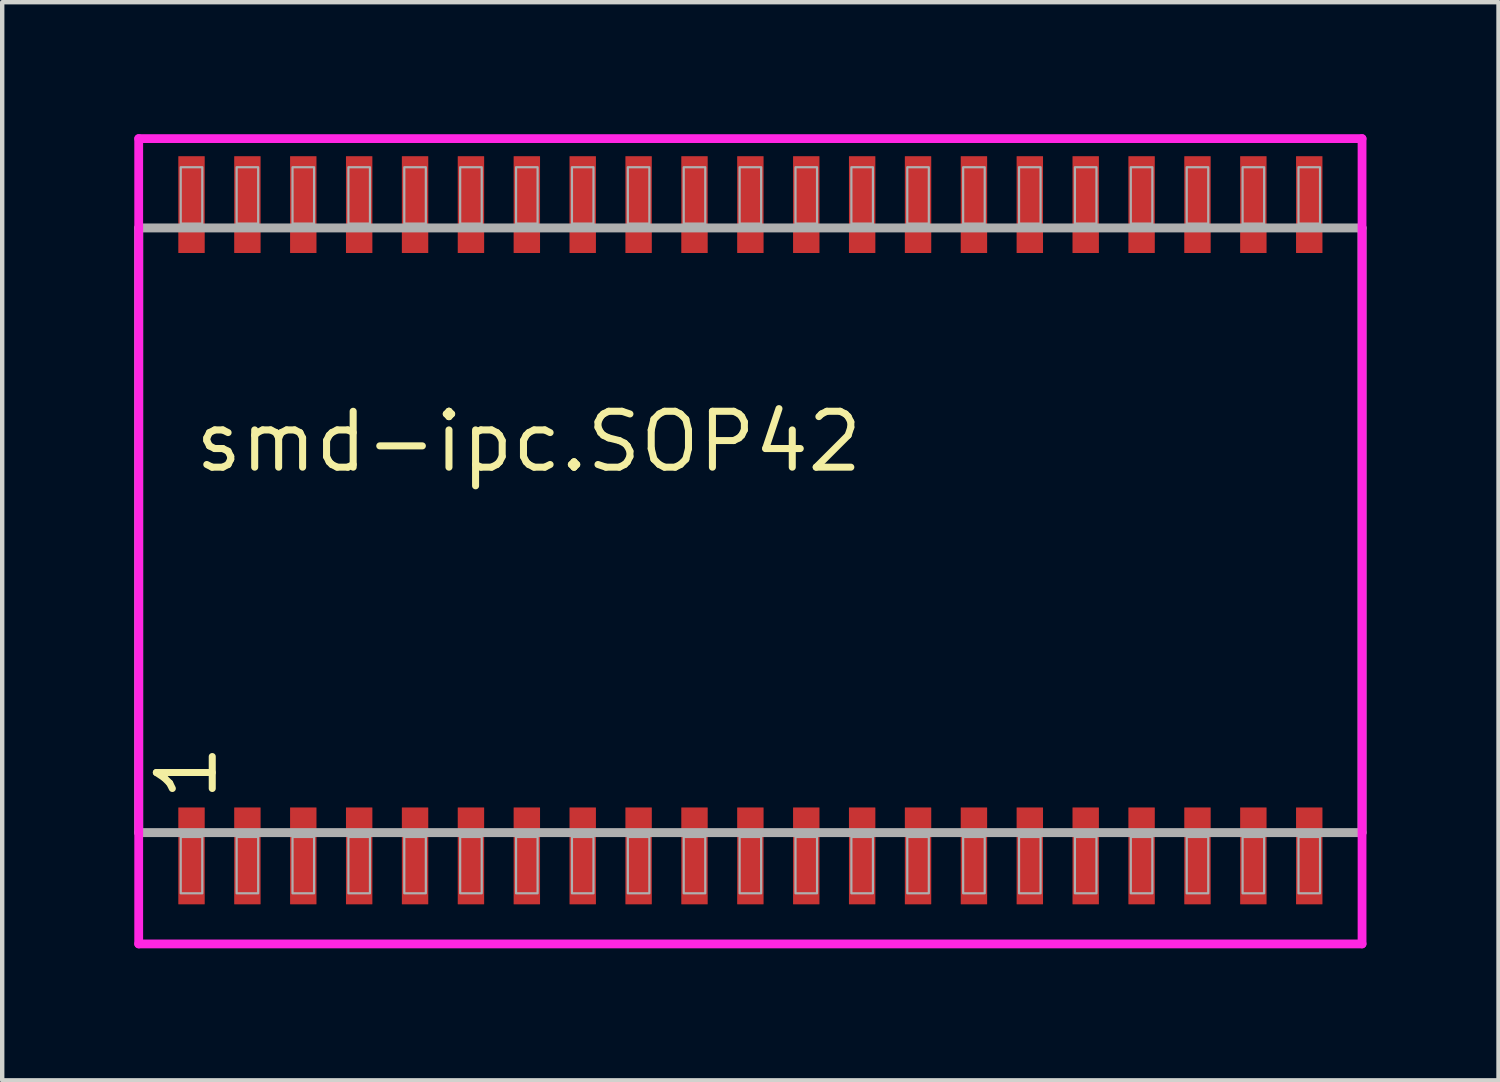
<source format=kicad_pcb>
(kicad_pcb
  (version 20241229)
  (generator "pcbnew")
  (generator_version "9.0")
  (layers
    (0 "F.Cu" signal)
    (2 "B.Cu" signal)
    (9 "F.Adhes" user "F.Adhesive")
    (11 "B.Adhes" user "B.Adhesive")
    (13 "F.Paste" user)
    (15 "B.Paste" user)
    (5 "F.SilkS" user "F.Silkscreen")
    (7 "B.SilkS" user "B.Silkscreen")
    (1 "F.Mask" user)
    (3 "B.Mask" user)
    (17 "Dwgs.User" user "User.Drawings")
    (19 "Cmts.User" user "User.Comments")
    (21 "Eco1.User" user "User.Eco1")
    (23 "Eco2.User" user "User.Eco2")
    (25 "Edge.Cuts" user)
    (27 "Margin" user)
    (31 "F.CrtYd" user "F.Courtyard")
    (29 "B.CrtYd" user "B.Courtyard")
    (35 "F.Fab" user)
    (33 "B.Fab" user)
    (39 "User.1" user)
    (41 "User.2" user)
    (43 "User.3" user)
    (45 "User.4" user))
  (footprint "smd-ipc.SOP42"
    (layer "F.Cu")
    (at 14.002 9)
    (property "Reference" "smd-ipc.SOP42" (at -12.7 -1.27 0) (layer "F.SilkS") (effects (font (size 1.27 1.27) (thickness 0.16)) (justify left bottom)))
    (attr smd)
    (fp_line (start -13.9 -8.9) (end 13.9 -8.9) (stroke (width 0.2) (type default)) (layer "F.CrtYd"))
    (fp_line (start -13.9 9.4) (end -13.9 -8.9) (stroke (width 0.2) (type default)) (layer "F.CrtYd"))
    (fp_line (start 13.9 -8.9) (end 13.9 9.4) (stroke (width 0.2) (type default)) (layer "F.CrtYd"))
    (fp_line (start 13.9 9.4) (end -13.9 9.4) (stroke (width 0.2) (type default)) (layer "F.CrtYd"))
    (fp_line (start -13.9 -6.87) (end 13.9 -6.87) (stroke (width 0.203) (type default)) (layer "F.Fab"))
    (fp_line (start -13.9 6.87) (end -13.9 -6.87) (stroke (width 0.203) (type default)) (layer "F.Fab"))
    (fp_line (start 13.9 -6.87) (end 13.9 6.87) (stroke (width 0.203) (type default)) (layer "F.Fab"))
    (fp_line (start 13.9 6.87) (end -13.9 6.87) (stroke (width 0.203) (type default)) (layer "F.Fab"))
    (fp_rect (start -12.945 -6.97) (end -12.455 -8.25) (stroke (width 0.05) (type default)) (fill no) (layer "F.Fab"))
    (fp_rect (start -12.945 8.25) (end -12.455 6.97) (stroke (width 0.05) (type default)) (fill no) (layer "F.Fab"))
    (fp_rect (start -11.675 -6.97) (end -11.185 -8.25) (stroke (width 0.05) (type default)) (fill no) (layer "F.Fab"))
    (fp_rect (start -11.675 8.25) (end -11.185 6.97) (stroke (width 0.05) (type default)) (fill no) (layer "F.Fab"))
    (fp_rect (start -10.405 -6.97) (end -9.915 -8.25) (stroke (width 0.05) (type default)) (fill no) (layer "F.Fab"))
    (fp_rect (start -10.405 8.25) (end -9.915 6.97) (stroke (width 0.05) (type default)) (fill no) (layer "F.Fab"))
    (fp_rect (start -9.135 -6.97) (end -8.645 -8.25) (stroke (width 0.05) (type default)) (fill no) (layer "F.Fab"))
    (fp_rect (start -9.135 8.25) (end -8.645 6.97) (stroke (width 0.05) (type default)) (fill no) (layer "F.Fab"))
    (fp_rect (start -7.865 -6.97) (end -7.375 -8.25) (stroke (width 0.05) (type default)) (fill no) (layer "F.Fab"))
    (fp_rect (start -7.865 8.25) (end -7.375 6.97) (stroke (width 0.05) (type default)) (fill no) (layer "F.Fab"))
    (fp_rect (start -6.595 -6.97) (end -6.105 -8.25) (stroke (width 0.05) (type default)) (fill no) (layer "F.Fab"))
    (fp_rect (start -6.595 8.25) (end -6.105 6.97) (stroke (width 0.05) (type default)) (fill no) (layer "F.Fab"))
    (fp_rect (start -5.325 -6.97) (end -4.835 -8.25) (stroke (width 0.05) (type default)) (fill no) (layer "F.Fab"))
    (fp_rect (start -5.325 8.25) (end -4.835 6.97) (stroke (width 0.05) (type default)) (fill no) (layer "F.Fab"))
    (fp_rect (start -4.055 -6.97) (end -3.565 -8.25) (stroke (width 0.05) (type default)) (fill no) (layer "F.Fab"))
    (fp_rect (start -4.055 8.25) (end -3.565 6.97) (stroke (width 0.05) (type default)) (fill no) (layer "F.Fab"))
    (fp_rect (start -2.785 -6.97) (end -2.295 -8.25) (stroke (width 0.05) (type default)) (fill no) (layer "F.Fab"))
    (fp_rect (start -2.785 8.25) (end -2.295 6.97) (stroke (width 0.05) (type default)) (fill no) (layer "F.Fab"))
    (fp_rect (start -1.515 -6.97) (end -1.025 -8.25) (stroke (width 0.05) (type default)) (fill no) (layer "F.Fab"))
    (fp_rect (start -1.515 8.25) (end -1.025 6.97) (stroke (width 0.05) (type default)) (fill no) (layer "F.Fab"))
    (fp_rect (start -0.245 -6.97) (end 0.245 -8.25) (stroke (width 0.05) (type default)) (fill no) (layer "F.Fab"))
    (fp_rect (start -0.245 8.25) (end 0.245 6.97) (stroke (width 0.05) (type default)) (fill no) (layer "F.Fab"))
    (fp_rect (start 1.025 -6.97) (end 1.515 -8.25) (stroke (width 0.05) (type default)) (fill no) (layer "F.Fab"))
    (fp_rect (start 1.025 8.25) (end 1.515 6.97) (stroke (width 0.05) (type default)) (fill no) (layer "F.Fab"))
    (fp_rect (start 2.295 -6.97) (end 2.785 -8.25) (stroke (width 0.05) (type default)) (fill no) (layer "F.Fab"))
    (fp_rect (start 2.295 8.25) (end 2.785 6.97) (stroke (width 0.05) (type default)) (fill no) (layer "F.Fab"))
    (fp_rect (start 3.565 -6.97) (end 4.055 -8.25) (stroke (width 0.05) (type default)) (fill no) (layer "F.Fab"))
    (fp_rect (start 3.565 8.25) (end 4.055 6.97) (stroke (width 0.05) (type default)) (fill no) (layer "F.Fab"))
    (fp_rect (start 4.835 -6.97) (end 5.325 -8.25) (stroke (width 0.05) (type default)) (fill no) (layer "F.Fab"))
    (fp_rect (start 4.835 8.25) (end 5.325 6.97) (stroke (width 0.05) (type default)) (fill no) (layer "F.Fab"))
    (fp_rect (start 6.105 -6.97) (end 6.595 -8.25) (stroke (width 0.05) (type default)) (fill no) (layer "F.Fab"))
    (fp_rect (start 6.105 8.25) (end 6.595 6.97) (stroke (width 0.05) (type default)) (fill no) (layer "F.Fab"))
    (fp_rect (start 7.375 -6.97) (end 7.865 -8.25) (stroke (width 0.05) (type default)) (fill no) (layer "F.Fab"))
    (fp_rect (start 7.375 8.25) (end 7.865 6.97) (stroke (width 0.05) (type default)) (fill no) (layer "F.Fab"))
    (fp_rect (start 8.645 -6.97) (end 9.135 -8.25) (stroke (width 0.05) (type default)) (fill no) (layer "F.Fab"))
    (fp_rect (start 8.645 8.25) (end 9.135 6.97) (stroke (width 0.05) (type default)) (fill no) (layer "F.Fab"))
    (fp_rect (start 9.915 -6.97) (end 10.405 -8.25) (stroke (width 0.05) (type default)) (fill no) (layer "F.Fab"))
    (fp_rect (start 9.915 8.25) (end 10.405 6.97) (stroke (width 0.05) (type default)) (fill no) (layer "F.Fab"))
    (fp_rect (start 11.185 -6.97) (end 11.675 -8.25) (stroke (width 0.05) (type default)) (fill no) (layer "F.Fab"))
    (fp_rect (start 11.185 8.25) (end 11.675 6.97) (stroke (width 0.05) (type default)) (fill no) (layer "F.Fab"))
    (fp_rect (start 12.455 -6.97) (end 12.945 -8.25) (stroke (width 0.05) (type default)) (fill no) (layer "F.Fab"))
    (fp_rect (start 12.455 8.25) (end 12.945 6.97) (stroke (width 0.05) (type default)) (fill no) (layer "F.Fab"))
    (fp_text user "1" (at -12.065 6.215 90) (layer "F.SilkS") (effects (font (size 1.27 1.27) (thickness 0.16)) (justify left bottom)))
    (pad "1" smd roundrect (at -12.7 7.4) (size 0.6 2.2) (layers "F.Cu" "F.Mask" "F.Paste") (roundrect_rratio 0.01))
    (pad "2" smd roundrect (at -11.43 7.4) (size 0.6 2.2) (layers "F.Cu" "F.Mask" "F.Paste") (roundrect_rratio 0.01))
    (pad "3" smd roundrect (at -10.16 7.4) (size 0.6 2.2) (layers "F.Cu" "F.Mask" "F.Paste") (roundrect_rratio 0.01))
    (pad "4" smd roundrect (at -8.89 7.4) (size 0.6 2.2) (layers "F.Cu" "F.Mask" "F.Paste") (roundrect_rratio 0.01))
    (pad "5" smd roundrect (at -7.62 7.4) (size 0.6 2.2) (layers "F.Cu" "F.Mask" "F.Paste") (roundrect_rratio 0.01))
    (pad "6" smd roundrect (at -6.35 7.4) (size 0.6 2.2) (layers "F.Cu" "F.Mask" "F.Paste") (roundrect_rratio 0.01))
    (pad "7" smd roundrect (at -5.08 7.4) (size 0.6 2.2) (layers "F.Cu" "F.Mask" "F.Paste") (roundrect_rratio 0.01))
    (pad "8" smd roundrect (at -3.81 7.4) (size 0.6 2.2) (layers "F.Cu" "F.Mask" "F.Paste") (roundrect_rratio 0.01))
    (pad "9" smd roundrect (at -2.54 7.4) (size 0.6 2.2) (layers "F.Cu" "F.Mask" "F.Paste") (roundrect_rratio 0.01))
    (pad "10" smd roundrect (at -1.27 7.4) (size 0.6 2.2) (layers "F.Cu" "F.Mask" "F.Paste") (roundrect_rratio 0.01))
    (pad "11" smd roundrect (at 0 7.4) (size 0.6 2.2) (layers "F.Cu" "F.Mask" "F.Paste") (roundrect_rratio 0.01))
    (pad "12" smd roundrect (at 1.27 7.4) (size 0.6 2.2) (layers "F.Cu" "F.Mask" "F.Paste") (roundrect_rratio 0.01))
    (pad "13" smd roundrect (at 2.54 7.4) (size 0.6 2.2) (layers "F.Cu" "F.Mask" "F.Paste") (roundrect_rratio 0.01))
    (pad "14" smd roundrect (at 3.81 7.4) (size 0.6 2.2) (layers "F.Cu" "F.Mask" "F.Paste") (roundrect_rratio 0.01))
    (pad "15" smd roundrect (at 5.08 7.4) (size 0.6 2.2) (layers "F.Cu" "F.Mask" "F.Paste") (roundrect_rratio 0.01))
    (pad "16" smd roundrect (at 6.35 7.4) (size 0.6 2.2) (layers "F.Cu" "F.Mask" "F.Paste") (roundrect_rratio 0.01))
    (pad "17" smd roundrect (at 7.62 7.4) (size 0.6 2.2) (layers "F.Cu" "F.Mask" "F.Paste") (roundrect_rratio 0.01))
    (pad "18" smd roundrect (at 8.89 7.4) (size 0.6 2.2) (layers "F.Cu" "F.Mask" "F.Paste") (roundrect_rratio 0.01))
    (pad "19" smd roundrect (at 10.16 7.4) (size 0.6 2.2) (layers "F.Cu" "F.Mask" "F.Paste") (roundrect_rratio 0.01))
    (pad "20" smd roundrect (at 11.43 7.4) (size 0.6 2.2) (layers "F.Cu" "F.Mask" "F.Paste") (roundrect_rratio 0.01))
    (pad "21" smd roundrect (at 12.7 7.4) (size 0.6 2.2) (layers "F.Cu" "F.Mask" "F.Paste") (roundrect_rratio 0.01))
    (pad "22" smd roundrect (at 12.7 -7.4) (size 0.6 2.2) (layers "F.Cu" "F.Mask" "F.Paste") (roundrect_rratio 0.01))
    (pad "23" smd roundrect (at 11.43 -7.4) (size 0.6 2.2) (layers "F.Cu" "F.Mask" "F.Paste") (roundrect_rratio 0.01))
    (pad "24" smd roundrect (at 10.16 -7.4) (size 0.6 2.2) (layers "F.Cu" "F.Mask" "F.Paste") (roundrect_rratio 0.01))
    (pad "25" smd roundrect (at 8.89 -7.4) (size 0.6 2.2) (layers "F.Cu" "F.Mask" "F.Paste") (roundrect_rratio 0.01))
    (pad "26" smd roundrect (at 7.62 -7.4) (size 0.6 2.2) (layers "F.Cu" "F.Mask" "F.Paste") (roundrect_rratio 0.01))
    (pad "27" smd roundrect (at 6.35 -7.4) (size 0.6 2.2) (layers "F.Cu" "F.Mask" "F.Paste") (roundrect_rratio 0.01))
    (pad "28" smd roundrect (at 5.08 -7.4) (size 0.6 2.2) (layers "F.Cu" "F.Mask" "F.Paste") (roundrect_rratio 0.01))
    (pad "29" smd roundrect (at 3.81 -7.4) (size 0.6 2.2) (layers "F.Cu" "F.Mask" "F.Paste") (roundrect_rratio 0.01))
    (pad "30" smd roundrect (at 2.54 -7.4) (size 0.6 2.2) (layers "F.Cu" "F.Mask" "F.Paste") (roundrect_rratio 0.01))
    (pad "31" smd roundrect (at 1.27 -7.4) (size 0.6 2.2) (layers "F.Cu" "F.Mask" "F.Paste") (roundrect_rratio 0.01))
    (pad "32" smd roundrect (at 0 -7.4) (size 0.6 2.2) (layers "F.Cu" "F.Mask" "F.Paste") (roundrect_rratio 0.01))
    (pad "33" smd roundrect (at -1.27 -7.4) (size 0.6 2.2) (layers "F.Cu" "F.Mask" "F.Paste") (roundrect_rratio 0.01))
    (pad "34" smd roundrect (at -2.54 -7.4) (size 0.6 2.2) (layers "F.Cu" "F.Mask" "F.Paste") (roundrect_rratio 0.01))
    (pad "35" smd roundrect (at -3.81 -7.4) (size 0.6 2.2) (layers "F.Cu" "F.Mask" "F.Paste") (roundrect_rratio 0.01))
    (pad "36" smd roundrect (at -5.08 -7.4) (size 0.6 2.2) (layers "F.Cu" "F.Mask" "F.Paste") (roundrect_rratio 0.01))
    (pad "37" smd roundrect (at -6.35 -7.4) (size 0.6 2.2) (layers "F.Cu" "F.Mask" "F.Paste") (roundrect_rratio 0.01))
    (pad "38" smd roundrect (at -7.62 -7.4) (size 0.6 2.2) (layers "F.Cu" "F.Mask" "F.Paste") (roundrect_rratio 0.01))
    (pad "39" smd roundrect (at -8.89 -7.4) (size 0.6 2.2) (layers "F.Cu" "F.Mask" "F.Paste") (roundrect_rratio 0.01))
    (pad "40" smd roundrect (at -10.16 -7.4) (size 0.6 2.2) (layers "F.Cu" "F.Mask" "F.Paste") (roundrect_rratio 0.01))
    (pad "41" smd roundrect (at -11.43 -7.4) (size 0.6 2.2) (layers "F.Cu" "F.Mask" "F.Paste") (roundrect_rratio 0.01))
    (pad "42" smd roundrect (at -12.7 -7.4) (size 0.6 2.2) (layers "F.Cu" "F.Mask" "F.Paste") (roundrect_rratio 0.01)))
  (gr_rect
    (start -3 -3)
    (end 31.003 21.5)
    (stroke (width 0.1) (type default))
    (fill no)
    (layer "Edge.Cuts")))
</source>
